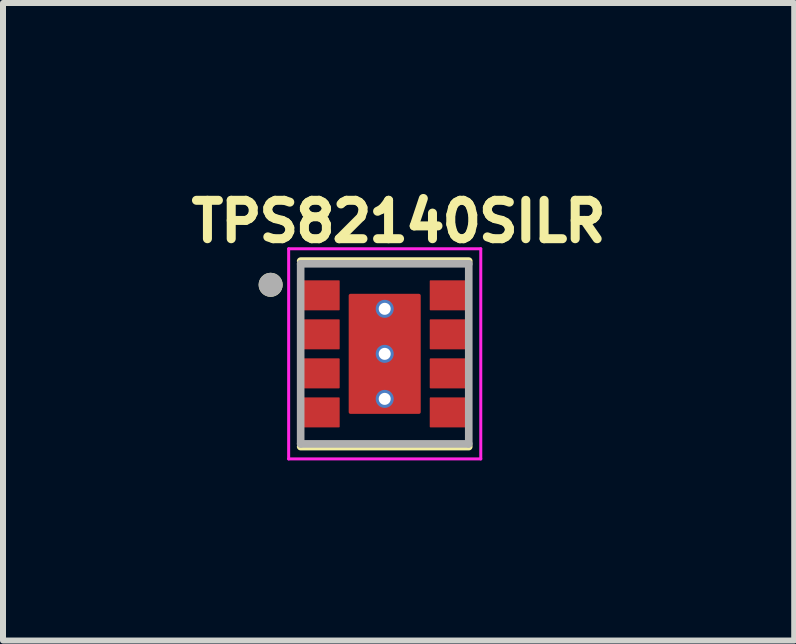
<source format=kicad_pcb>
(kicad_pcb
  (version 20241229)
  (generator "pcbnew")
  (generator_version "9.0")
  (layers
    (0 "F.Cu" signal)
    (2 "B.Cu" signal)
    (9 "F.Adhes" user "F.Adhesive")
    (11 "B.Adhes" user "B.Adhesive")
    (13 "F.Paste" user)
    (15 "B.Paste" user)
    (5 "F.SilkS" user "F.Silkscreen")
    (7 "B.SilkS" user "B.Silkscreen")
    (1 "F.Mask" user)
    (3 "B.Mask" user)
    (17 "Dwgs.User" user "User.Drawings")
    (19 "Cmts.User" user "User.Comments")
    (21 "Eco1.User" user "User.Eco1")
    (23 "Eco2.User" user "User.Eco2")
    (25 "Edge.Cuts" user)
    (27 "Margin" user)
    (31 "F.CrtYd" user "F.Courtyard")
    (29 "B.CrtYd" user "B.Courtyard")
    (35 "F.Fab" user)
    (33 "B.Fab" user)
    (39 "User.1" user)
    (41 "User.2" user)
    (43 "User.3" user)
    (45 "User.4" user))
  (footprint "TPS82140SILR"
    (layer "F.Cu")
    (at 3.358 2.844)
    (property "Reference" "TPS82140SILR" (at 0.232 -2.206 0) (layer "F.SilkS") (effects (font (size 0.64 0.64) (thickness 0.15))))
    (attr smd)
    (fp_poly (pts (xy -0.55 -0.95) (xy 0.55 -0.95) (xy 0.55 0.95) (xy -0.55 0.95)) (stroke (width 0.01) (type solid)) (fill yes) (layer "F.Mask"))
    (fp_poly (pts (xy -0.85 -0.775) (xy -1.25 -0.775) (xy -1.253 -0.775) (xy -1.255 -0.775) (xy -1.258 -0.776) (xy -1.26 -0.776) (xy -1.263 -0.777) (xy -1.265 -0.777) (xy -1.268 -0.778) (xy -1.27 -0.779) (xy -1.273 -0.78) (xy -1.275 -0.782) (xy -1.277 -0.783) (xy -1.279 -0.785) (xy -1.281 -0.786) (xy -1.283 -0.788) (xy -1.285 -0.79) (xy -1.287 -0.792) (xy -1.289 -0.794) (xy -1.29 -0.796) (xy -1.292 -0.798) (xy -1.293 -0.8) (xy -1.295 -0.802) (xy -1.296 -0.805) (xy -1.297 -0.807) (xy -1.298 -0.81) (xy -1.298 -0.812) (xy -1.299 -0.815) (xy -1.299 -0.817) (xy -1.3 -0.82) (xy -1.3 -0.822) (xy -1.3 -0.825) (xy -1.3 -1.125) (xy -1.3 -1.128) (xy -1.3 -1.13) (xy -1.299 -1.133) (xy -1.299 -1.135) (xy -1.298 -1.138) (xy -1.298 -1.14) (xy -1.297 -1.143) (xy -1.296 -1.145) (xy -1.295 -1.148) (xy -1.293 -1.15) (xy -1.292 -1.152) (xy -1.29 -1.154) (xy -1.289 -1.156) (xy -1.287 -1.158) (xy -1.285 -1.16) (xy -1.283 -1.162) (xy -1.281 -1.164) (xy -1.279 -1.165) (xy -1.277 -1.167) (xy -1.275 -1.168) (xy -1.273 -1.17) (xy -1.27 -1.171) (xy -1.268 -1.172) (xy -1.265 -1.173) (xy -1.263 -1.173) (xy -1.26 -1.174) (xy -1.258 -1.174) (xy -1.255 -1.175) (xy -1.253 -1.175) (xy -1.25 -1.175) (xy -0.85 -1.175) (xy -0.847 -1.175) (xy -0.845 -1.175) (xy -0.842 -1.174) (xy -0.84 -1.174) (xy -0.837 -1.173) (xy -0.835 -1.173) (xy -0.832 -1.172) (xy -0.83 -1.171) (xy -0.827 -1.17) (xy -0.825 -1.168) (xy -0.823 -1.167) (xy -0.821 -1.165) (xy -0.819 -1.164) (xy -0.817 -1.162) (xy -0.815 -1.16) (xy -0.813 -1.158) (xy -0.811 -1.156) (xy -0.81 -1.154) (xy -0.808 -1.152) (xy -0.807 -1.15) (xy -0.805 -1.148) (xy -0.804 -1.145) (xy -0.803 -1.143) (xy -0.802 -1.14) (xy -0.802 -1.138) (xy -0.801 -1.135) (xy -0.801 -1.133) (xy -0.8 -1.13) (xy -0.8 -1.128) (xy -0.8 -1.125) (xy -0.8 -0.825) (xy -0.8 -0.822) (xy -0.8 -0.82) (xy -0.801 -0.817) (xy -0.801 -0.815) (xy -0.802 -0.812) (xy -0.802 -0.81) (xy -0.803 -0.807) (xy -0.804 -0.805) (xy -0.805 -0.802) (xy -0.807 -0.8) (xy -0.808 -0.798) (xy -0.81 -0.796) (xy -0.811 -0.794) (xy -0.813 -0.792) (xy -0.815 -0.79) (xy -0.817 -0.788) (xy -0.819 -0.786) (xy -0.821 -0.785) (xy -0.823 -0.783) (xy -0.825 -0.782) (xy -0.827 -0.78) (xy -0.83 -0.779) (xy -0.832 -0.778) (xy -0.835 -0.777) (xy -0.837 -0.777) (xy -0.84 -0.776) (xy -0.842 -0.776) (xy -0.845 -0.775) (xy -0.847 -0.775) (xy -0.85 -0.775)) (stroke (width 0.01) (type solid)) (fill yes) (layer "F.Mask"))
    (fp_poly (pts (xy -0.85 -0.125) (xy -1.25 -0.125) (xy -1.253 -0.125) (xy -1.255 -0.125) (xy -1.258 -0.126) (xy -1.26 -0.126) (xy -1.263 -0.127) (xy -1.265 -0.127) (xy -1.268 -0.128) (xy -1.27 -0.129) (xy -1.273 -0.13) (xy -1.275 -0.132) (xy -1.277 -0.133) (xy -1.279 -0.135) (xy -1.281 -0.136) (xy -1.283 -0.138) (xy -1.285 -0.14) (xy -1.287 -0.142) (xy -1.289 -0.144) (xy -1.29 -0.146) (xy -1.292 -0.148) (xy -1.293 -0.15) (xy -1.295 -0.152) (xy -1.296 -0.155) (xy -1.297 -0.157) (xy -1.298 -0.16) (xy -1.298 -0.162) (xy -1.299 -0.165) (xy -1.299 -0.167) (xy -1.3 -0.17) (xy -1.3 -0.172) (xy -1.3 -0.175) (xy -1.3 -0.475) (xy -1.3 -0.478) (xy -1.3 -0.48) (xy -1.299 -0.483) (xy -1.299 -0.485) (xy -1.298 -0.488) (xy -1.298 -0.49) (xy -1.297 -0.493) (xy -1.296 -0.495) (xy -1.295 -0.498) (xy -1.293 -0.5) (xy -1.292 -0.502) (xy -1.29 -0.504) (xy -1.289 -0.506) (xy -1.287 -0.508) (xy -1.285 -0.51) (xy -1.283 -0.512) (xy -1.281 -0.514) (xy -1.279 -0.515) (xy -1.277 -0.517) (xy -1.275 -0.518) (xy -1.273 -0.52) (xy -1.27 -0.521) (xy -1.268 -0.522) (xy -1.265 -0.523) (xy -1.263 -0.523) (xy -1.26 -0.524) (xy -1.258 -0.524) (xy -1.255 -0.525) (xy -1.253 -0.525) (xy -1.25 -0.525) (xy -0.85 -0.525) (xy -0.847 -0.525) (xy -0.845 -0.525) (xy -0.842 -0.524) (xy -0.84 -0.524) (xy -0.837 -0.523) (xy -0.835 -0.523) (xy -0.832 -0.522) (xy -0.83 -0.521) (xy -0.827 -0.52) (xy -0.825 -0.518) (xy -0.823 -0.517) (xy -0.821 -0.515) (xy -0.819 -0.514) (xy -0.817 -0.512) (xy -0.815 -0.51) (xy -0.813 -0.508) (xy -0.811 -0.506) (xy -0.81 -0.504) (xy -0.808 -0.502) (xy -0.807 -0.5) (xy -0.805 -0.498) (xy -0.804 -0.495) (xy -0.803 -0.493) (xy -0.802 -0.49) (xy -0.802 -0.488) (xy -0.801 -0.485) (xy -0.801 -0.483) (xy -0.8 -0.48) (xy -0.8 -0.478) (xy -0.8 -0.475) (xy -0.8 -0.175) (xy -0.8 -0.172) (xy -0.8 -0.17) (xy -0.801 -0.167) (xy -0.801 -0.165) (xy -0.802 -0.162) (xy -0.802 -0.16) (xy -0.803 -0.157) (xy -0.804 -0.155) (xy -0.805 -0.152) (xy -0.807 -0.15) (xy -0.808 -0.148) (xy -0.81 -0.146) (xy -0.811 -0.144) (xy -0.813 -0.142) (xy -0.815 -0.14) (xy -0.817 -0.138) (xy -0.819 -0.136) (xy -0.821 -0.135) (xy -0.823 -0.133) (xy -0.825 -0.132) (xy -0.827 -0.13) (xy -0.83 -0.129) (xy -0.832 -0.128) (xy -0.835 -0.127) (xy -0.837 -0.127) (xy -0.84 -0.126) (xy -0.842 -0.126) (xy -0.845 -0.125) (xy -0.847 -0.125) (xy -0.85 -0.125)) (stroke (width 0.01) (type solid)) (fill yes) (layer "F.Mask"))
    (fp_poly (pts (xy -0.85 0.525) (xy -1.25 0.525) (xy -1.253 0.525) (xy -1.255 0.525) (xy -1.258 0.524) (xy -1.26 0.524) (xy -1.263 0.523) (xy -1.265 0.523) (xy -1.268 0.522) (xy -1.27 0.521) (xy -1.273 0.52) (xy -1.275 0.518) (xy -1.277 0.517) (xy -1.279 0.515) (xy -1.281 0.514) (xy -1.283 0.512) (xy -1.285 0.51) (xy -1.287 0.508) (xy -1.289 0.506) (xy -1.29 0.504) (xy -1.292 0.502) (xy -1.293 0.5) (xy -1.295 0.498) (xy -1.296 0.495) (xy -1.297 0.493) (xy -1.298 0.49) (xy -1.298 0.488) (xy -1.299 0.485) (xy -1.299 0.483) (xy -1.3 0.48) (xy -1.3 0.478) (xy -1.3 0.475) (xy -1.3 0.175) (xy -1.3 0.172) (xy -1.3 0.17) (xy -1.299 0.167) (xy -1.299 0.165) (xy -1.298 0.162) (xy -1.298 0.16) (xy -1.297 0.157) (xy -1.296 0.155) (xy -1.295 0.152) (xy -1.293 0.15) (xy -1.292 0.148) (xy -1.29 0.146) (xy -1.289 0.144) (xy -1.287 0.142) (xy -1.285 0.14) (xy -1.283 0.138) (xy -1.281 0.136) (xy -1.279 0.135) (xy -1.277 0.133) (xy -1.275 0.132) (xy -1.273 0.13) (xy -1.27 0.129) (xy -1.268 0.128) (xy -1.265 0.127) (xy -1.263 0.127) (xy -1.26 0.126) (xy -1.258 0.126) (xy -1.255 0.125) (xy -1.253 0.125) (xy -1.25 0.125) (xy -0.85 0.125) (xy -0.847 0.125) (xy -0.845 0.125) (xy -0.842 0.126) (xy -0.84 0.126) (xy -0.837 0.127) (xy -0.835 0.127) (xy -0.832 0.128) (xy -0.83 0.129) (xy -0.827 0.13) (xy -0.825 0.132) (xy -0.823 0.133) (xy -0.821 0.135) (xy -0.819 0.136) (xy -0.817 0.138) (xy -0.815 0.14) (xy -0.813 0.142) (xy -0.811 0.144) (xy -0.81 0.146) (xy -0.808 0.148) (xy -0.807 0.15) (xy -0.805 0.152) (xy -0.804 0.155) (xy -0.803 0.157) (xy -0.802 0.16) (xy -0.802 0.162) (xy -0.801 0.165) (xy -0.801 0.167) (xy -0.8 0.17) (xy -0.8 0.172) (xy -0.8 0.175) (xy -0.8 0.475) (xy -0.8 0.478) (xy -0.8 0.48) (xy -0.801 0.483) (xy -0.801 0.485) (xy -0.802 0.488) (xy -0.802 0.49) (xy -0.803 0.493) (xy -0.804 0.495) (xy -0.805 0.498) (xy -0.807 0.5) (xy -0.808 0.502) (xy -0.81 0.504) (xy -0.811 0.506) (xy -0.813 0.508) (xy -0.815 0.51) (xy -0.817 0.512) (xy -0.819 0.514) (xy -0.821 0.515) (xy -0.823 0.517) (xy -0.825 0.518) (xy -0.827 0.52) (xy -0.83 0.521) (xy -0.832 0.522) (xy -0.835 0.523) (xy -0.837 0.523) (xy -0.84 0.524) (xy -0.842 0.524) (xy -0.845 0.525) (xy -0.847 0.525) (xy -0.85 0.525)) (stroke (width 0.01) (type solid)) (fill yes) (layer "F.Mask"))
    (fp_poly (pts (xy -0.85 1.175) (xy -1.25 1.175) (xy -1.253 1.175) (xy -1.255 1.175) (xy -1.258 1.174) (xy -1.26 1.174) (xy -1.263 1.173) (xy -1.265 1.173) (xy -1.268 1.172) (xy -1.27 1.171) (xy -1.273 1.17) (xy -1.275 1.168) (xy -1.277 1.167) (xy -1.279 1.165) (xy -1.281 1.164) (xy -1.283 1.162) (xy -1.285 1.16) (xy -1.287 1.158) (xy -1.289 1.156) (xy -1.29 1.154) (xy -1.292 1.152) (xy -1.293 1.15) (xy -1.295 1.148) (xy -1.296 1.145) (xy -1.297 1.143) (xy -1.298 1.14) (xy -1.298 1.138) (xy -1.299 1.135) (xy -1.299 1.133) (xy -1.3 1.13) (xy -1.3 1.128) (xy -1.3 1.125) (xy -1.3 0.825) (xy -1.3 0.822) (xy -1.3 0.82) (xy -1.299 0.817) (xy -1.299 0.815) (xy -1.298 0.812) (xy -1.298 0.81) (xy -1.297 0.807) (xy -1.296 0.805) (xy -1.295 0.802) (xy -1.293 0.8) (xy -1.292 0.798) (xy -1.29 0.796) (xy -1.289 0.794) (xy -1.287 0.792) (xy -1.285 0.79) (xy -1.283 0.788) (xy -1.281 0.786) (xy -1.279 0.785) (xy -1.277 0.783) (xy -1.275 0.782) (xy -1.273 0.78) (xy -1.27 0.779) (xy -1.268 0.778) (xy -1.265 0.777) (xy -1.263 0.777) (xy -1.26 0.776) (xy -1.258 0.776) (xy -1.255 0.775) (xy -1.253 0.775) (xy -1.25 0.775) (xy -0.85 0.775) (xy -0.847 0.775) (xy -0.845 0.775) (xy -0.842 0.776) (xy -0.84 0.776) (xy -0.837 0.777) (xy -0.835 0.777) (xy -0.832 0.778) (xy -0.83 0.779) (xy -0.827 0.78) (xy -0.825 0.782) (xy -0.823 0.783) (xy -0.821 0.785) (xy -0.819 0.786) (xy -0.817 0.788) (xy -0.815 0.79) (xy -0.813 0.792) (xy -0.811 0.794) (xy -0.81 0.796) (xy -0.808 0.798) (xy -0.807 0.8) (xy -0.805 0.802) (xy -0.804 0.805) (xy -0.803 0.807) (xy -0.802 0.81) (xy -0.802 0.812) (xy -0.801 0.815) (xy -0.801 0.817) (xy -0.8 0.82) (xy -0.8 0.822) (xy -0.8 0.825) (xy -0.8 1.125) (xy -0.8 1.128) (xy -0.8 1.13) (xy -0.801 1.133) (xy -0.801 1.135) (xy -0.802 1.138) (xy -0.802 1.14) (xy -0.803 1.143) (xy -0.804 1.145) (xy -0.805 1.148) (xy -0.807 1.15) (xy -0.808 1.152) (xy -0.81 1.154) (xy -0.811 1.156) (xy -0.813 1.158) (xy -0.815 1.16) (xy -0.817 1.162) (xy -0.819 1.164) (xy -0.821 1.165) (xy -0.823 1.167) (xy -0.825 1.168) (xy -0.827 1.17) (xy -0.83 1.171) (xy -0.832 1.172) (xy -0.835 1.173) (xy -0.837 1.173) (xy -0.84 1.174) (xy -0.842 1.174) (xy -0.845 1.175) (xy -0.847 1.175) (xy -0.85 1.175)) (stroke (width 0.01) (type solid)) (fill yes) (layer "F.Mask"))
    (fp_poly (pts (xy 1.25 -0.775) (xy 0.85 -0.775) (xy 0.847 -0.775) (xy 0.845 -0.775) (xy 0.842 -0.776) (xy 0.84 -0.776) (xy 0.837 -0.777) (xy 0.835 -0.777) (xy 0.832 -0.778) (xy 0.83 -0.779) (xy 0.827 -0.78) (xy 0.825 -0.782) (xy 0.823 -0.783) (xy 0.821 -0.785) (xy 0.819 -0.786) (xy 0.817 -0.788) (xy 0.815 -0.79) (xy 0.813 -0.792) (xy 0.811 -0.794) (xy 0.81 -0.796) (xy 0.808 -0.798) (xy 0.807 -0.8) (xy 0.805 -0.802) (xy 0.804 -0.805) (xy 0.803 -0.807) (xy 0.802 -0.81) (xy 0.802 -0.812) (xy 0.801 -0.815) (xy 0.801 -0.817) (xy 0.8 -0.82) (xy 0.8 -0.822) (xy 0.8 -0.825) (xy 0.8 -1.125) (xy 0.8 -1.128) (xy 0.8 -1.13) (xy 0.801 -1.133) (xy 0.801 -1.135) (xy 0.802 -1.138) (xy 0.802 -1.14) (xy 0.803 -1.143) (xy 0.804 -1.145) (xy 0.805 -1.148) (xy 0.807 -1.15) (xy 0.808 -1.152) (xy 0.81 -1.154) (xy 0.811 -1.156) (xy 0.813 -1.158) (xy 0.815 -1.16) (xy 0.817 -1.162) (xy 0.819 -1.164) (xy 0.821 -1.165) (xy 0.823 -1.167) (xy 0.825 -1.168) (xy 0.827 -1.17) (xy 0.83 -1.171) (xy 0.832 -1.172) (xy 0.835 -1.173) (xy 0.837 -1.173) (xy 0.84 -1.174) (xy 0.842 -1.174) (xy 0.845 -1.175) (xy 0.847 -1.175) (xy 0.85 -1.175) (xy 1.25 -1.175) (xy 1.253 -1.175) (xy 1.255 -1.175) (xy 1.258 -1.174) (xy 1.26 -1.174) (xy 1.263 -1.173) (xy 1.265 -1.173) (xy 1.268 -1.172) (xy 1.27 -1.171) (xy 1.273 -1.17) (xy 1.275 -1.168) (xy 1.277 -1.167) (xy 1.279 -1.165) (xy 1.281 -1.164) (xy 1.283 -1.162) (xy 1.285 -1.16) (xy 1.287 -1.158) (xy 1.289 -1.156) (xy 1.29 -1.154) (xy 1.292 -1.152) (xy 1.293 -1.15) (xy 1.295 -1.148) (xy 1.296 -1.145) (xy 1.297 -1.143) (xy 1.298 -1.14) (xy 1.298 -1.138) (xy 1.299 -1.135) (xy 1.299 -1.133) (xy 1.3 -1.13) (xy 1.3 -1.128) (xy 1.3 -1.125) (xy 1.3 -0.825) (xy 1.3 -0.822) (xy 1.3 -0.82) (xy 1.299 -0.817) (xy 1.299 -0.815) (xy 1.298 -0.812) (xy 1.298 -0.81) (xy 1.297 -0.807) (xy 1.296 -0.805) (xy 1.295 -0.802) (xy 1.293 -0.8) (xy 1.292 -0.798) (xy 1.29 -0.796) (xy 1.289 -0.794) (xy 1.287 -0.792) (xy 1.285 -0.79) (xy 1.283 -0.788) (xy 1.281 -0.786) (xy 1.279 -0.785) (xy 1.277 -0.783) (xy 1.275 -0.782) (xy 1.273 -0.78) (xy 1.27 -0.779) (xy 1.268 -0.778) (xy 1.265 -0.777) (xy 1.263 -0.777) (xy 1.26 -0.776) (xy 1.258 -0.776) (xy 1.255 -0.775) (xy 1.253 -0.775) (xy 1.25 -0.775)) (stroke (width 0.01) (type solid)) (fill yes) (layer "F.Mask"))
    (fp_poly (pts (xy 1.25 -0.125) (xy 0.85 -0.125) (xy 0.847 -0.125) (xy 0.845 -0.125) (xy 0.842 -0.126) (xy 0.84 -0.126) (xy 0.837 -0.127) (xy 0.835 -0.127) (xy 0.832 -0.128) (xy 0.83 -0.129) (xy 0.827 -0.13) (xy 0.825 -0.132) (xy 0.823 -0.133) (xy 0.821 -0.135) (xy 0.819 -0.136) (xy 0.817 -0.138) (xy 0.815 -0.14) (xy 0.813 -0.142) (xy 0.811 -0.144) (xy 0.81 -0.146) (xy 0.808 -0.148) (xy 0.807 -0.15) (xy 0.805 -0.152) (xy 0.804 -0.155) (xy 0.803 -0.157) (xy 0.802 -0.16) (xy 0.802 -0.162) (xy 0.801 -0.165) (xy 0.801 -0.167) (xy 0.8 -0.17) (xy 0.8 -0.172) (xy 0.8 -0.175) (xy 0.8 -0.475) (xy 0.8 -0.478) (xy 0.8 -0.48) (xy 0.801 -0.483) (xy 0.801 -0.485) (xy 0.802 -0.488) (xy 0.802 -0.49) (xy 0.803 -0.493) (xy 0.804 -0.495) (xy 0.805 -0.498) (xy 0.807 -0.5) (xy 0.808 -0.502) (xy 0.81 -0.504) (xy 0.811 -0.506) (xy 0.813 -0.508) (xy 0.815 -0.51) (xy 0.817 -0.512) (xy 0.819 -0.514) (xy 0.821 -0.515) (xy 0.823 -0.517) (xy 0.825 -0.518) (xy 0.827 -0.52) (xy 0.83 -0.521) (xy 0.832 -0.522) (xy 0.835 -0.523) (xy 0.837 -0.523) (xy 0.84 -0.524) (xy 0.842 -0.524) (xy 0.845 -0.525) (xy 0.847 -0.525) (xy 0.85 -0.525) (xy 1.25 -0.525) (xy 1.253 -0.525) (xy 1.255 -0.525) (xy 1.258 -0.524) (xy 1.26 -0.524) (xy 1.263 -0.523) (xy 1.265 -0.523) (xy 1.268 -0.522) (xy 1.27 -0.521) (xy 1.273 -0.52) (xy 1.275 -0.518) (xy 1.277 -0.517) (xy 1.279 -0.515) (xy 1.281 -0.514) (xy 1.283 -0.512) (xy 1.285 -0.51) (xy 1.287 -0.508) (xy 1.289 -0.506) (xy 1.29 -0.504) (xy 1.292 -0.502) (xy 1.293 -0.5) (xy 1.295 -0.498) (xy 1.296 -0.495) (xy 1.297 -0.493) (xy 1.298 -0.49) (xy 1.298 -0.488) (xy 1.299 -0.485) (xy 1.299 -0.483) (xy 1.3 -0.48) (xy 1.3 -0.478) (xy 1.3 -0.475) (xy 1.3 -0.175) (xy 1.3 -0.172) (xy 1.3 -0.17) (xy 1.299 -0.167) (xy 1.299 -0.165) (xy 1.298 -0.162) (xy 1.298 -0.16) (xy 1.297 -0.157) (xy 1.296 -0.155) (xy 1.295 -0.152) (xy 1.293 -0.15) (xy 1.292 -0.148) (xy 1.29 -0.146) (xy 1.289 -0.144) (xy 1.287 -0.142) (xy 1.285 -0.14) (xy 1.283 -0.138) (xy 1.281 -0.136) (xy 1.279 -0.135) (xy 1.277 -0.133) (xy 1.275 -0.132) (xy 1.273 -0.13) (xy 1.27 -0.129) (xy 1.268 -0.128) (xy 1.265 -0.127) (xy 1.263 -0.127) (xy 1.26 -0.126) (xy 1.258 -0.126) (xy 1.255 -0.125) (xy 1.253 -0.125) (xy 1.25 -0.125)) (stroke (width 0.01) (type solid)) (fill yes) (layer "F.Mask"))
    (fp_poly (pts (xy 1.25 0.525) (xy 0.85 0.525) (xy 0.847 0.525) (xy 0.845 0.525) (xy 0.842 0.524) (xy 0.84 0.524) (xy 0.837 0.523) (xy 0.835 0.523) (xy 0.832 0.522) (xy 0.83 0.521) (xy 0.827 0.52) (xy 0.825 0.518) (xy 0.823 0.517) (xy 0.821 0.515) (xy 0.819 0.514) (xy 0.817 0.512) (xy 0.815 0.51) (xy 0.813 0.508) (xy 0.811 0.506) (xy 0.81 0.504) (xy 0.808 0.502) (xy 0.807 0.5) (xy 0.805 0.498) (xy 0.804 0.495) (xy 0.803 0.493) (xy 0.802 0.49) (xy 0.802 0.488) (xy 0.801 0.485) (xy 0.801 0.483) (xy 0.8 0.48) (xy 0.8 0.478) (xy 0.8 0.475) (xy 0.8 0.175) (xy 0.8 0.172) (xy 0.8 0.17) (xy 0.801 0.167) (xy 0.801 0.165) (xy 0.802 0.162) (xy 0.802 0.16) (xy 0.803 0.157) (xy 0.804 0.155) (xy 0.805 0.152) (xy 0.807 0.15) (xy 0.808 0.148) (xy 0.81 0.146) (xy 0.811 0.144) (xy 0.813 0.142) (xy 0.815 0.14) (xy 0.817 0.138) (xy 0.819 0.136) (xy 0.821 0.135) (xy 0.823 0.133) (xy 0.825 0.132) (xy 0.827 0.13) (xy 0.83 0.129) (xy 0.832 0.128) (xy 0.835 0.127) (xy 0.837 0.127) (xy 0.84 0.126) (xy 0.842 0.126) (xy 0.845 0.125) (xy 0.847 0.125) (xy 0.85 0.125) (xy 1.25 0.125) (xy 1.253 0.125) (xy 1.255 0.125) (xy 1.258 0.126) (xy 1.26 0.126) (xy 1.263 0.127) (xy 1.265 0.127) (xy 1.268 0.128) (xy 1.27 0.129) (xy 1.273 0.13) (xy 1.275 0.132) (xy 1.277 0.133) (xy 1.279 0.135) (xy 1.281 0.136) (xy 1.283 0.138) (xy 1.285 0.14) (xy 1.287 0.142) (xy 1.289 0.144) (xy 1.29 0.146) (xy 1.292 0.148) (xy 1.293 0.15) (xy 1.295 0.152) (xy 1.296 0.155) (xy 1.297 0.157) (xy 1.298 0.16) (xy 1.298 0.162) (xy 1.299 0.165) (xy 1.299 0.167) (xy 1.3 0.17) (xy 1.3 0.172) (xy 1.3 0.175) (xy 1.3 0.475) (xy 1.3 0.478) (xy 1.3 0.48) (xy 1.299 0.483) (xy 1.299 0.485) (xy 1.298 0.488) (xy 1.298 0.49) (xy 1.297 0.493) (xy 1.296 0.495) (xy 1.295 0.498) (xy 1.293 0.5) (xy 1.292 0.502) (xy 1.29 0.504) (xy 1.289 0.506) (xy 1.287 0.508) (xy 1.285 0.51) (xy 1.283 0.512) (xy 1.281 0.514) (xy 1.279 0.515) (xy 1.277 0.517) (xy 1.275 0.518) (xy 1.273 0.52) (xy 1.27 0.521) (xy 1.268 0.522) (xy 1.265 0.523) (xy 1.263 0.523) (xy 1.26 0.524) (xy 1.258 0.524) (xy 1.255 0.525) (xy 1.253 0.525) (xy 1.25 0.525)) (stroke (width 0.01) (type solid)) (fill yes) (layer "F.Mask"))
    (fp_poly (pts (xy 1.25 1.175) (xy 0.85 1.175) (xy 0.847 1.175) (xy 0.845 1.175) (xy 0.842 1.174) (xy 0.84 1.174) (xy 0.837 1.173) (xy 0.835 1.173) (xy 0.832 1.172) (xy 0.83 1.171) (xy 0.827 1.17) (xy 0.825 1.168) (xy 0.823 1.167) (xy 0.821 1.165) (xy 0.819 1.164) (xy 0.817 1.162) (xy 0.815 1.16) (xy 0.813 1.158) (xy 0.811 1.156) (xy 0.81 1.154) (xy 0.808 1.152) (xy 0.807 1.15) (xy 0.805 1.148) (xy 0.804 1.145) (xy 0.803 1.143) (xy 0.802 1.14) (xy 0.802 1.138) (xy 0.801 1.135) (xy 0.801 1.133) (xy 0.8 1.13) (xy 0.8 1.128) (xy 0.8 1.125) (xy 0.8 0.825) (xy 0.8 0.822) (xy 0.8 0.82) (xy 0.801 0.817) (xy 0.801 0.815) (xy 0.802 0.812) (xy 0.802 0.81) (xy 0.803 0.807) (xy 0.804 0.805) (xy 0.805 0.802) (xy 0.807 0.8) (xy 0.808 0.798) (xy 0.81 0.796) (xy 0.811 0.794) (xy 0.813 0.792) (xy 0.815 0.79) (xy 0.817 0.788) (xy 0.819 0.786) (xy 0.821 0.785) (xy 0.823 0.783) (xy 0.825 0.782) (xy 0.827 0.78) (xy 0.83 0.779) (xy 0.832 0.778) (xy 0.835 0.777) (xy 0.837 0.777) (xy 0.84 0.776) (xy 0.842 0.776) (xy 0.845 0.775) (xy 0.847 0.775) (xy 0.85 0.775) (xy 1.25 0.775) (xy 1.253 0.775) (xy 1.255 0.775) (xy 1.258 0.776) (xy 1.26 0.776) (xy 1.263 0.777) (xy 1.265 0.777) (xy 1.268 0.778) (xy 1.27 0.779) (xy 1.273 0.78) (xy 1.275 0.782) (xy 1.277 0.783) (xy 1.279 0.785) (xy 1.281 0.786) (xy 1.283 0.788) (xy 1.285 0.79) (xy 1.287 0.792) (xy 1.289 0.794) (xy 1.29 0.796) (xy 1.292 0.798) (xy 1.293 0.8) (xy 1.295 0.802) (xy 1.296 0.805) (xy 1.297 0.807) (xy 1.298 0.81) (xy 1.298 0.812) (xy 1.299 0.815) (xy 1.299 0.817) (xy 1.3 0.82) (xy 1.3 0.822) (xy 1.3 0.825) (xy 1.3 1.125) (xy 1.3 1.128) (xy 1.3 1.13) (xy 1.299 1.133) (xy 1.299 1.135) (xy 1.298 1.138) (xy 1.298 1.14) (xy 1.297 1.143) (xy 1.296 1.145) (xy 1.295 1.148) (xy 1.293 1.15) (xy 1.292 1.152) (xy 1.29 1.154) (xy 1.289 1.156) (xy 1.287 1.158) (xy 1.285 1.16) (xy 1.283 1.162) (xy 1.281 1.164) (xy 1.279 1.165) (xy 1.277 1.167) (xy 1.275 1.168) (xy 1.273 1.17) (xy 1.27 1.171) (xy 1.268 1.172) (xy 1.265 1.173) (xy 1.263 1.173) (xy 1.26 1.174) (xy 1.258 1.174) (xy 1.255 1.175) (xy 1.253 1.175) (xy 1.25 1.175)) (stroke (width 0.01) (type solid)) (fill yes) (layer "F.Mask"))
    (fp_line (start -1.4 1.545) (end 1.4 1.545) (stroke (width 0.127) (type solid)) (layer "F.SilkS"))
    (fp_line (start 1.4 -1.545) (end -1.4 -1.545) (stroke (width 0.127) (type solid)) (layer "F.SilkS"))
    (fp_circle (center -1.9 -1.15) (end -1.8 -1.15) (stroke (width 0.2) (type solid)) (fill no) (layer "F.SilkS"))
    (fp_poly (pts (xy -0.52 -0.95) (xy 0.52 -0.95) (xy 0.52 -0.1) (xy -0.52 -0.1)) (stroke (width 0.01) (type solid)) (fill yes) (layer "F.Paste"))
    (fp_poly (pts (xy -0.52 0.1) (xy 0.52 0.1) (xy 0.52 0.95) (xy -0.52 0.95)) (stroke (width 0.01) (type solid)) (fill yes) (layer "F.Paste"))
    (fp_poly (pts (xy -0.85 -0.775) (xy -1.25 -0.775) (xy -1.253 -0.775) (xy -1.255 -0.775) (xy -1.258 -0.776) (xy -1.26 -0.776) (xy -1.263 -0.777) (xy -1.265 -0.777) (xy -1.268 -0.778) (xy -1.27 -0.779) (xy -1.273 -0.78) (xy -1.275 -0.782) (xy -1.277 -0.783) (xy -1.279 -0.785) (xy -1.281 -0.786) (xy -1.283 -0.788) (xy -1.285 -0.79) (xy -1.287 -0.792) (xy -1.289 -0.794) (xy -1.29 -0.796) (xy -1.292 -0.798) (xy -1.293 -0.8) (xy -1.295 -0.802) (xy -1.296 -0.805) (xy -1.297 -0.807) (xy -1.298 -0.81) (xy -1.298 -0.812) (xy -1.299 -0.815) (xy -1.299 -0.817) (xy -1.3 -0.82) (xy -1.3 -0.822) (xy -1.3 -0.825) (xy -1.3 -1.125) (xy -1.3 -1.128) (xy -1.3 -1.13) (xy -1.299 -1.133) (xy -1.299 -1.135) (xy -1.298 -1.138) (xy -1.298 -1.14) (xy -1.297 -1.143) (xy -1.296 -1.145) (xy -1.295 -1.148) (xy -1.293 -1.15) (xy -1.292 -1.152) (xy -1.29 -1.154) (xy -1.289 -1.156) (xy -1.287 -1.158) (xy -1.285 -1.16) (xy -1.283 -1.162) (xy -1.281 -1.164) (xy -1.279 -1.165) (xy -1.277 -1.167) (xy -1.275 -1.168) (xy -1.273 -1.17) (xy -1.27 -1.171) (xy -1.268 -1.172) (xy -1.265 -1.173) (xy -1.263 -1.173) (xy -1.26 -1.174) (xy -1.258 -1.174) (xy -1.255 -1.175) (xy -1.253 -1.175) (xy -1.25 -1.175) (xy -0.85 -1.175) (xy -0.847 -1.175) (xy -0.845 -1.175) (xy -0.842 -1.174) (xy -0.84 -1.174) (xy -0.837 -1.173) (xy -0.835 -1.173) (xy -0.832 -1.172) (xy -0.83 -1.171) (xy -0.827 -1.17) (xy -0.825 -1.168) (xy -0.823 -1.167) (xy -0.821 -1.165) (xy -0.819 -1.164) (xy -0.817 -1.162) (xy -0.815 -1.16) (xy -0.813 -1.158) (xy -0.811 -1.156) (xy -0.81 -1.154) (xy -0.808 -1.152) (xy -0.807 -1.15) (xy -0.805 -1.148) (xy -0.804 -1.145) (xy -0.803 -1.143) (xy -0.802 -1.14) (xy -0.802 -1.138) (xy -0.801 -1.135) (xy -0.801 -1.133) (xy -0.8 -1.13) (xy -0.8 -1.128) (xy -0.8 -1.125) (xy -0.8 -0.825) (xy -0.8 -0.822) (xy -0.8 -0.82) (xy -0.801 -0.817) (xy -0.801 -0.815) (xy -0.802 -0.812) (xy -0.802 -0.81) (xy -0.803 -0.807) (xy -0.804 -0.805) (xy -0.805 -0.802) (xy -0.807 -0.8) (xy -0.808 -0.798) (xy -0.81 -0.796) (xy -0.811 -0.794) (xy -0.813 -0.792) (xy -0.815 -0.79) (xy -0.817 -0.788) (xy -0.819 -0.786) (xy -0.821 -0.785) (xy -0.823 -0.783) (xy -0.825 -0.782) (xy -0.827 -0.78) (xy -0.83 -0.779) (xy -0.832 -0.778) (xy -0.835 -0.777) (xy -0.837 -0.777) (xy -0.84 -0.776) (xy -0.842 -0.776) (xy -0.845 -0.775) (xy -0.847 -0.775) (xy -0.85 -0.775)) (stroke (width 0.01) (type solid)) (fill yes) (layer "F.Paste"))
    (fp_poly (pts (xy -0.85 -0.125) (xy -1.25 -0.125) (xy -1.253 -0.125) (xy -1.255 -0.125) (xy -1.258 -0.126) (xy -1.26 -0.126) (xy -1.263 -0.127) (xy -1.265 -0.127) (xy -1.268 -0.128) (xy -1.27 -0.129) (xy -1.273 -0.13) (xy -1.275 -0.132) (xy -1.277 -0.133) (xy -1.279 -0.135) (xy -1.281 -0.136) (xy -1.283 -0.138) (xy -1.285 -0.14) (xy -1.287 -0.142) (xy -1.289 -0.144) (xy -1.29 -0.146) (xy -1.292 -0.148) (xy -1.293 -0.15) (xy -1.295 -0.152) (xy -1.296 -0.155) (xy -1.297 -0.157) (xy -1.298 -0.16) (xy -1.298 -0.162) (xy -1.299 -0.165) (xy -1.299 -0.167) (xy -1.3 -0.17) (xy -1.3 -0.172) (xy -1.3 -0.175) (xy -1.3 -0.475) (xy -1.3 -0.478) (xy -1.3 -0.48) (xy -1.299 -0.483) (xy -1.299 -0.485) (xy -1.298 -0.488) (xy -1.298 -0.49) (xy -1.297 -0.493) (xy -1.296 -0.495) (xy -1.295 -0.498) (xy -1.293 -0.5) (xy -1.292 -0.502) (xy -1.29 -0.504) (xy -1.289 -0.506) (xy -1.287 -0.508) (xy -1.285 -0.51) (xy -1.283 -0.512) (xy -1.281 -0.514) (xy -1.279 -0.515) (xy -1.277 -0.517) (xy -1.275 -0.518) (xy -1.273 -0.52) (xy -1.27 -0.521) (xy -1.268 -0.522) (xy -1.265 -0.523) (xy -1.263 -0.523) (xy -1.26 -0.524) (xy -1.258 -0.524) (xy -1.255 -0.525) (xy -1.253 -0.525) (xy -1.25 -0.525) (xy -0.85 -0.525) (xy -0.847 -0.525) (xy -0.845 -0.525) (xy -0.842 -0.524) (xy -0.84 -0.524) (xy -0.837 -0.523) (xy -0.835 -0.523) (xy -0.832 -0.522) (xy -0.83 -0.521) (xy -0.827 -0.52) (xy -0.825 -0.518) (xy -0.823 -0.517) (xy -0.821 -0.515) (xy -0.819 -0.514) (xy -0.817 -0.512) (xy -0.815 -0.51) (xy -0.813 -0.508) (xy -0.811 -0.506) (xy -0.81 -0.504) (xy -0.808 -0.502) (xy -0.807 -0.5) (xy -0.805 -0.498) (xy -0.804 -0.495) (xy -0.803 -0.493) (xy -0.802 -0.49) (xy -0.802 -0.488) (xy -0.801 -0.485) (xy -0.801 -0.483) (xy -0.8 -0.48) (xy -0.8 -0.478) (xy -0.8 -0.475) (xy -0.8 -0.175) (xy -0.8 -0.172) (xy -0.8 -0.17) (xy -0.801 -0.167) (xy -0.801 -0.165) (xy -0.802 -0.162) (xy -0.802 -0.16) (xy -0.803 -0.157) (xy -0.804 -0.155) (xy -0.805 -0.152) (xy -0.807 -0.15) (xy -0.808 -0.148) (xy -0.81 -0.146) (xy -0.811 -0.144) (xy -0.813 -0.142) (xy -0.815 -0.14) (xy -0.817 -0.138) (xy -0.819 -0.136) (xy -0.821 -0.135) (xy -0.823 -0.133) (xy -0.825 -0.132) (xy -0.827 -0.13) (xy -0.83 -0.129) (xy -0.832 -0.128) (xy -0.835 -0.127) (xy -0.837 -0.127) (xy -0.84 -0.126) (xy -0.842 -0.126) (xy -0.845 -0.125) (xy -0.847 -0.125) (xy -0.85 -0.125)) (stroke (width 0.01) (type solid)) (fill yes) (layer "F.Paste"))
    (fp_poly (pts (xy -0.85 0.525) (xy -1.25 0.525) (xy -1.253 0.525) (xy -1.255 0.525) (xy -1.258 0.524) (xy -1.26 0.524) (xy -1.263 0.523) (xy -1.265 0.523) (xy -1.268 0.522) (xy -1.27 0.521) (xy -1.273 0.52) (xy -1.275 0.518) (xy -1.277 0.517) (xy -1.279 0.515) (xy -1.281 0.514) (xy -1.283 0.512) (xy -1.285 0.51) (xy -1.287 0.508) (xy -1.289 0.506) (xy -1.29 0.504) (xy -1.292 0.502) (xy -1.293 0.5) (xy -1.295 0.498) (xy -1.296 0.495) (xy -1.297 0.493) (xy -1.298 0.49) (xy -1.298 0.488) (xy -1.299 0.485) (xy -1.299 0.483) (xy -1.3 0.48) (xy -1.3 0.478) (xy -1.3 0.475) (xy -1.3 0.175) (xy -1.3 0.172) (xy -1.3 0.17) (xy -1.299 0.167) (xy -1.299 0.165) (xy -1.298 0.162) (xy -1.298 0.16) (xy -1.297 0.157) (xy -1.296 0.155) (xy -1.295 0.152) (xy -1.293 0.15) (xy -1.292 0.148) (xy -1.29 0.146) (xy -1.289 0.144) (xy -1.287 0.142) (xy -1.285 0.14) (xy -1.283 0.138) (xy -1.281 0.136) (xy -1.279 0.135) (xy -1.277 0.133) (xy -1.275 0.132) (xy -1.273 0.13) (xy -1.27 0.129) (xy -1.268 0.128) (xy -1.265 0.127) (xy -1.263 0.127) (xy -1.26 0.126) (xy -1.258 0.126) (xy -1.255 0.125) (xy -1.253 0.125) (xy -1.25 0.125) (xy -0.85 0.125) (xy -0.847 0.125) (xy -0.845 0.125) (xy -0.842 0.126) (xy -0.84 0.126) (xy -0.837 0.127) (xy -0.835 0.127) (xy -0.832 0.128) (xy -0.83 0.129) (xy -0.827 0.13) (xy -0.825 0.132) (xy -0.823 0.133) (xy -0.821 0.135) (xy -0.819 0.136) (xy -0.817 0.138) (xy -0.815 0.14) (xy -0.813 0.142) (xy -0.811 0.144) (xy -0.81 0.146) (xy -0.808 0.148) (xy -0.807 0.15) (xy -0.805 0.152) (xy -0.804 0.155) (xy -0.803 0.157) (xy -0.802 0.16) (xy -0.802 0.162) (xy -0.801 0.165) (xy -0.801 0.167) (xy -0.8 0.17) (xy -0.8 0.172) (xy -0.8 0.175) (xy -0.8 0.475) (xy -0.8 0.478) (xy -0.8 0.48) (xy -0.801 0.483) (xy -0.801 0.485) (xy -0.802 0.488) (xy -0.802 0.49) (xy -0.803 0.493) (xy -0.804 0.495) (xy -0.805 0.498) (xy -0.807 0.5) (xy -0.808 0.502) (xy -0.81 0.504) (xy -0.811 0.506) (xy -0.813 0.508) (xy -0.815 0.51) (xy -0.817 0.512) (xy -0.819 0.514) (xy -0.821 0.515) (xy -0.823 0.517) (xy -0.825 0.518) (xy -0.827 0.52) (xy -0.83 0.521) (xy -0.832 0.522) (xy -0.835 0.523) (xy -0.837 0.523) (xy -0.84 0.524) (xy -0.842 0.524) (xy -0.845 0.525) (xy -0.847 0.525) (xy -0.85 0.525)) (stroke (width 0.01) (type solid)) (fill yes) (layer "F.Paste"))
    (fp_poly (pts (xy -0.85 1.175) (xy -1.25 1.175) (xy -1.253 1.175) (xy -1.255 1.175) (xy -1.258 1.174) (xy -1.26 1.174) (xy -1.263 1.173) (xy -1.265 1.173) (xy -1.268 1.172) (xy -1.27 1.171) (xy -1.273 1.17) (xy -1.275 1.168) (xy -1.277 1.167) (xy -1.279 1.165) (xy -1.281 1.164) (xy -1.283 1.162) (xy -1.285 1.16) (xy -1.287 1.158) (xy -1.289 1.156) (xy -1.29 1.154) (xy -1.292 1.152) (xy -1.293 1.15) (xy -1.295 1.148) (xy -1.296 1.145) (xy -1.297 1.143) (xy -1.298 1.14) (xy -1.298 1.138) (xy -1.299 1.135) (xy -1.299 1.133) (xy -1.3 1.13) (xy -1.3 1.128) (xy -1.3 1.125) (xy -1.3 0.825) (xy -1.3 0.822) (xy -1.3 0.82) (xy -1.299 0.817) (xy -1.299 0.815) (xy -1.298 0.812) (xy -1.298 0.81) (xy -1.297 0.807) (xy -1.296 0.805) (xy -1.295 0.802) (xy -1.293 0.8) (xy -1.292 0.798) (xy -1.29 0.796) (xy -1.289 0.794) (xy -1.287 0.792) (xy -1.285 0.79) (xy -1.283 0.788) (xy -1.281 0.786) (xy -1.279 0.785) (xy -1.277 0.783) (xy -1.275 0.782) (xy -1.273 0.78) (xy -1.27 0.779) (xy -1.268 0.778) (xy -1.265 0.777) (xy -1.263 0.777) (xy -1.26 0.776) (xy -1.258 0.776) (xy -1.255 0.775) (xy -1.253 0.775) (xy -1.25 0.775) (xy -0.85 0.775) (xy -0.847 0.775) (xy -0.845 0.775) (xy -0.842 0.776) (xy -0.84 0.776) (xy -0.837 0.777) (xy -0.835 0.777) (xy -0.832 0.778) (xy -0.83 0.779) (xy -0.827 0.78) (xy -0.825 0.782) (xy -0.823 0.783) (xy -0.821 0.785) (xy -0.819 0.786) (xy -0.817 0.788) (xy -0.815 0.79) (xy -0.813 0.792) (xy -0.811 0.794) (xy -0.81 0.796) (xy -0.808 0.798) (xy -0.807 0.8) (xy -0.805 0.802) (xy -0.804 0.805) (xy -0.803 0.807) (xy -0.802 0.81) (xy -0.802 0.812) (xy -0.801 0.815) (xy -0.801 0.817) (xy -0.8 0.82) (xy -0.8 0.822) (xy -0.8 0.825) (xy -0.8 1.125) (xy -0.8 1.128) (xy -0.8 1.13) (xy -0.801 1.133) (xy -0.801 1.135) (xy -0.802 1.138) (xy -0.802 1.14) (xy -0.803 1.143) (xy -0.804 1.145) (xy -0.805 1.148) (xy -0.807 1.15) (xy -0.808 1.152) (xy -0.81 1.154) (xy -0.811 1.156) (xy -0.813 1.158) (xy -0.815 1.16) (xy -0.817 1.162) (xy -0.819 1.164) (xy -0.821 1.165) (xy -0.823 1.167) (xy -0.825 1.168) (xy -0.827 1.17) (xy -0.83 1.171) (xy -0.832 1.172) (xy -0.835 1.173) (xy -0.837 1.173) (xy -0.84 1.174) (xy -0.842 1.174) (xy -0.845 1.175) (xy -0.847 1.175) (xy -0.85 1.175)) (stroke (width 0.01) (type solid)) (fill yes) (layer "F.Paste"))
    (fp_poly (pts (xy 1.25 -0.775) (xy 0.85 -0.775) (xy 0.847 -0.775) (xy 0.845 -0.775) (xy 0.842 -0.776) (xy 0.84 -0.776) (xy 0.837 -0.777) (xy 0.835 -0.777) (xy 0.832 -0.778) (xy 0.83 -0.779) (xy 0.827 -0.78) (xy 0.825 -0.782) (xy 0.823 -0.783) (xy 0.821 -0.785) (xy 0.819 -0.786) (xy 0.817 -0.788) (xy 0.815 -0.79) (xy 0.813 -0.792) (xy 0.811 -0.794) (xy 0.81 -0.796) (xy 0.808 -0.798) (xy 0.807 -0.8) (xy 0.805 -0.802) (xy 0.804 -0.805) (xy 0.803 -0.807) (xy 0.802 -0.81) (xy 0.802 -0.812) (xy 0.801 -0.815) (xy 0.801 -0.817) (xy 0.8 -0.82) (xy 0.8 -0.822) (xy 0.8 -0.825) (xy 0.8 -1.125) (xy 0.8 -1.128) (xy 0.8 -1.13) (xy 0.801 -1.133) (xy 0.801 -1.135) (xy 0.802 -1.138) (xy 0.802 -1.14) (xy 0.803 -1.143) (xy 0.804 -1.145) (xy 0.805 -1.148) (xy 0.807 -1.15) (xy 0.808 -1.152) (xy 0.81 -1.154) (xy 0.811 -1.156) (xy 0.813 -1.158) (xy 0.815 -1.16) (xy 0.817 -1.162) (xy 0.819 -1.164) (xy 0.821 -1.165) (xy 0.823 -1.167) (xy 0.825 -1.168) (xy 0.827 -1.17) (xy 0.83 -1.171) (xy 0.832 -1.172) (xy 0.835 -1.173) (xy 0.837 -1.173) (xy 0.84 -1.174) (xy 0.842 -1.174) (xy 0.845 -1.175) (xy 0.847 -1.175) (xy 0.85 -1.175) (xy 1.25 -1.175) (xy 1.253 -1.175) (xy 1.255 -1.175) (xy 1.258 -1.174) (xy 1.26 -1.174) (xy 1.263 -1.173) (xy 1.265 -1.173) (xy 1.268 -1.172) (xy 1.27 -1.171) (xy 1.273 -1.17) (xy 1.275 -1.168) (xy 1.277 -1.167) (xy 1.279 -1.165) (xy 1.281 -1.164) (xy 1.283 -1.162) (xy 1.285 -1.16) (xy 1.287 -1.158) (xy 1.289 -1.156) (xy 1.29 -1.154) (xy 1.292 -1.152) (xy 1.293 -1.15) (xy 1.295 -1.148) (xy 1.296 -1.145) (xy 1.297 -1.143) (xy 1.298 -1.14) (xy 1.298 -1.138) (xy 1.299 -1.135) (xy 1.299 -1.133) (xy 1.3 -1.13) (xy 1.3 -1.128) (xy 1.3 -1.125) (xy 1.3 -0.825) (xy 1.3 -0.822) (xy 1.3 -0.82) (xy 1.299 -0.817) (xy 1.299 -0.815) (xy 1.298 -0.812) (xy 1.298 -0.81) (xy 1.297 -0.807) (xy 1.296 -0.805) (xy 1.295 -0.802) (xy 1.293 -0.8) (xy 1.292 -0.798) (xy 1.29 -0.796) (xy 1.289 -0.794) (xy 1.287 -0.792) (xy 1.285 -0.79) (xy 1.283 -0.788) (xy 1.281 -0.786) (xy 1.279 -0.785) (xy 1.277 -0.783) (xy 1.275 -0.782) (xy 1.273 -0.78) (xy 1.27 -0.779) (xy 1.268 -0.778) (xy 1.265 -0.777) (xy 1.263 -0.777) (xy 1.26 -0.776) (xy 1.258 -0.776) (xy 1.255 -0.775) (xy 1.253 -0.775) (xy 1.25 -0.775)) (stroke (width 0.01) (type solid)) (fill yes) (layer "F.Paste"))
    (fp_poly (pts (xy 1.25 -0.125) (xy 0.85 -0.125) (xy 0.847 -0.125) (xy 0.845 -0.125) (xy 0.842 -0.126) (xy 0.84 -0.126) (xy 0.837 -0.127) (xy 0.835 -0.127) (xy 0.832 -0.128) (xy 0.83 -0.129) (xy 0.827 -0.13) (xy 0.825 -0.132) (xy 0.823 -0.133) (xy 0.821 -0.135) (xy 0.819 -0.136) (xy 0.817 -0.138) (xy 0.815 -0.14) (xy 0.813 -0.142) (xy 0.811 -0.144) (xy 0.81 -0.146) (xy 0.808 -0.148) (xy 0.807 -0.15) (xy 0.805 -0.152) (xy 0.804 -0.155) (xy 0.803 -0.157) (xy 0.802 -0.16) (xy 0.802 -0.162) (xy 0.801 -0.165) (xy 0.801 -0.167) (xy 0.8 -0.17) (xy 0.8 -0.172) (xy 0.8 -0.175) (xy 0.8 -0.475) (xy 0.8 -0.478) (xy 0.8 -0.48) (xy 0.801 -0.483) (xy 0.801 -0.485) (xy 0.802 -0.488) (xy 0.802 -0.49) (xy 0.803 -0.493) (xy 0.804 -0.495) (xy 0.805 -0.498) (xy 0.807 -0.5) (xy 0.808 -0.502) (xy 0.81 -0.504) (xy 0.811 -0.506) (xy 0.813 -0.508) (xy 0.815 -0.51) (xy 0.817 -0.512) (xy 0.819 -0.514) (xy 0.821 -0.515) (xy 0.823 -0.517) (xy 0.825 -0.518) (xy 0.827 -0.52) (xy 0.83 -0.521) (xy 0.832 -0.522) (xy 0.835 -0.523) (xy 0.837 -0.523) (xy 0.84 -0.524) (xy 0.842 -0.524) (xy 0.845 -0.525) (xy 0.847 -0.525) (xy 0.85 -0.525) (xy 1.25 -0.525) (xy 1.253 -0.525) (xy 1.255 -0.525) (xy 1.258 -0.524) (xy 1.26 -0.524) (xy 1.263 -0.523) (xy 1.265 -0.523) (xy 1.268 -0.522) (xy 1.27 -0.521) (xy 1.273 -0.52) (xy 1.275 -0.518) (xy 1.277 -0.517) (xy 1.279 -0.515) (xy 1.281 -0.514) (xy 1.283 -0.512) (xy 1.285 -0.51) (xy 1.287 -0.508) (xy 1.289 -0.506) (xy 1.29 -0.504) (xy 1.292 -0.502) (xy 1.293 -0.5) (xy 1.295 -0.498) (xy 1.296 -0.495) (xy 1.297 -0.493) (xy 1.298 -0.49) (xy 1.298 -0.488) (xy 1.299 -0.485) (xy 1.299 -0.483) (xy 1.3 -0.48) (xy 1.3 -0.478) (xy 1.3 -0.475) (xy 1.3 -0.175) (xy 1.3 -0.172) (xy 1.3 -0.17) (xy 1.299 -0.167) (xy 1.299 -0.165) (xy 1.298 -0.162) (xy 1.298 -0.16) (xy 1.297 -0.157) (xy 1.296 -0.155) (xy 1.295 -0.152) (xy 1.293 -0.15) (xy 1.292 -0.148) (xy 1.29 -0.146) (xy 1.289 -0.144) (xy 1.287 -0.142) (xy 1.285 -0.14) (xy 1.283 -0.138) (xy 1.281 -0.136) (xy 1.279 -0.135) (xy 1.277 -0.133) (xy 1.275 -0.132) (xy 1.273 -0.13) (xy 1.27 -0.129) (xy 1.268 -0.128) (xy 1.265 -0.127) (xy 1.263 -0.127) (xy 1.26 -0.126) (xy 1.258 -0.126) (xy 1.255 -0.125) (xy 1.253 -0.125) (xy 1.25 -0.125)) (stroke (width 0.01) (type solid)) (fill yes) (layer "F.Paste"))
    (fp_poly (pts (xy 1.25 0.525) (xy 0.85 0.525) (xy 0.847 0.525) (xy 0.845 0.525) (xy 0.842 0.524) (xy 0.84 0.524) (xy 0.837 0.523) (xy 0.835 0.523) (xy 0.832 0.522) (xy 0.83 0.521) (xy 0.827 0.52) (xy 0.825 0.518) (xy 0.823 0.517) (xy 0.821 0.515) (xy 0.819 0.514) (xy 0.817 0.512) (xy 0.815 0.51) (xy 0.813 0.508) (xy 0.811 0.506) (xy 0.81 0.504) (xy 0.808 0.502) (xy 0.807 0.5) (xy 0.805 0.498) (xy 0.804 0.495) (xy 0.803 0.493) (xy 0.802 0.49) (xy 0.802 0.488) (xy 0.801 0.485) (xy 0.801 0.483) (xy 0.8 0.48) (xy 0.8 0.478) (xy 0.8 0.475) (xy 0.8 0.175) (xy 0.8 0.172) (xy 0.8 0.17) (xy 0.801 0.167) (xy 0.801 0.165) (xy 0.802 0.162) (xy 0.802 0.16) (xy 0.803 0.157) (xy 0.804 0.155) (xy 0.805 0.152) (xy 0.807 0.15) (xy 0.808 0.148) (xy 0.81 0.146) (xy 0.811 0.144) (xy 0.813 0.142) (xy 0.815 0.14) (xy 0.817 0.138) (xy 0.819 0.136) (xy 0.821 0.135) (xy 0.823 0.133) (xy 0.825 0.132) (xy 0.827 0.13) (xy 0.83 0.129) (xy 0.832 0.128) (xy 0.835 0.127) (xy 0.837 0.127) (xy 0.84 0.126) (xy 0.842 0.126) (xy 0.845 0.125) (xy 0.847 0.125) (xy 0.85 0.125) (xy 1.25 0.125) (xy 1.253 0.125) (xy 1.255 0.125) (xy 1.258 0.126) (xy 1.26 0.126) (xy 1.263 0.127) (xy 1.265 0.127) (xy 1.268 0.128) (xy 1.27 0.129) (xy 1.273 0.13) (xy 1.275 0.132) (xy 1.277 0.133) (xy 1.279 0.135) (xy 1.281 0.136) (xy 1.283 0.138) (xy 1.285 0.14) (xy 1.287 0.142) (xy 1.289 0.144) (xy 1.29 0.146) (xy 1.292 0.148) (xy 1.293 0.15) (xy 1.295 0.152) (xy 1.296 0.155) (xy 1.297 0.157) (xy 1.298 0.16) (xy 1.298 0.162) (xy 1.299 0.165) (xy 1.299 0.167) (xy 1.3 0.17) (xy 1.3 0.172) (xy 1.3 0.175) (xy 1.3 0.475) (xy 1.3 0.478) (xy 1.3 0.48) (xy 1.299 0.483) (xy 1.299 0.485) (xy 1.298 0.488) (xy 1.298 0.49) (xy 1.297 0.493) (xy 1.296 0.495) (xy 1.295 0.498) (xy 1.293 0.5) (xy 1.292 0.502) (xy 1.29 0.504) (xy 1.289 0.506) (xy 1.287 0.508) (xy 1.285 0.51) (xy 1.283 0.512) (xy 1.281 0.514) (xy 1.279 0.515) (xy 1.277 0.517) (xy 1.275 0.518) (xy 1.273 0.52) (xy 1.27 0.521) (xy 1.268 0.522) (xy 1.265 0.523) (xy 1.263 0.523) (xy 1.26 0.524) (xy 1.258 0.524) (xy 1.255 0.525) (xy 1.253 0.525) (xy 1.25 0.525)) (stroke (width 0.01) (type solid)) (fill yes) (layer "F.Paste"))
    (fp_poly (pts (xy 1.25 1.175) (xy 0.85 1.175) (xy 0.847 1.175) (xy 0.845 1.175) (xy 0.842 1.174) (xy 0.84 1.174) (xy 0.837 1.173) (xy 0.835 1.173) (xy 0.832 1.172) (xy 0.83 1.171) (xy 0.827 1.17) (xy 0.825 1.168) (xy 0.823 1.167) (xy 0.821 1.165) (xy 0.819 1.164) (xy 0.817 1.162) (xy 0.815 1.16) (xy 0.813 1.158) (xy 0.811 1.156) (xy 0.81 1.154) (xy 0.808 1.152) (xy 0.807 1.15) (xy 0.805 1.148) (xy 0.804 1.145) (xy 0.803 1.143) (xy 0.802 1.14) (xy 0.802 1.138) (xy 0.801 1.135) (xy 0.801 1.133) (xy 0.8 1.13) (xy 0.8 1.128) (xy 0.8 1.125) (xy 0.8 0.825) (xy 0.8 0.822) (xy 0.8 0.82) (xy 0.801 0.817) (xy 0.801 0.815) (xy 0.802 0.812) (xy 0.802 0.81) (xy 0.803 0.807) (xy 0.804 0.805) (xy 0.805 0.802) (xy 0.807 0.8) (xy 0.808 0.798) (xy 0.81 0.796) (xy 0.811 0.794) (xy 0.813 0.792) (xy 0.815 0.79) (xy 0.817 0.788) (xy 0.819 0.786) (xy 0.821 0.785) (xy 0.823 0.783) (xy 0.825 0.782) (xy 0.827 0.78) (xy 0.83 0.779) (xy 0.832 0.778) (xy 0.835 0.777) (xy 0.837 0.777) (xy 0.84 0.776) (xy 0.842 0.776) (xy 0.845 0.775) (xy 0.847 0.775) (xy 0.85 0.775) (xy 1.25 0.775) (xy 1.253 0.775) (xy 1.255 0.775) (xy 1.258 0.776) (xy 1.26 0.776) (xy 1.263 0.777) (xy 1.265 0.777) (xy 1.268 0.778) (xy 1.27 0.779) (xy 1.273 0.78) (xy 1.275 0.782) (xy 1.277 0.783) (xy 1.279 0.785) (xy 1.281 0.786) (xy 1.283 0.788) (xy 1.285 0.79) (xy 1.287 0.792) (xy 1.289 0.794) (xy 1.29 0.796) (xy 1.292 0.798) (xy 1.293 0.8) (xy 1.295 0.802) (xy 1.296 0.805) (xy 1.297 0.807) (xy 1.298 0.81) (xy 1.298 0.812) (xy 1.299 0.815) (xy 1.299 0.817) (xy 1.3 0.82) (xy 1.3 0.822) (xy 1.3 0.825) (xy 1.3 1.125) (xy 1.3 1.128) (xy 1.3 1.13) (xy 1.299 1.133) (xy 1.299 1.135) (xy 1.298 1.138) (xy 1.298 1.14) (xy 1.297 1.143) (xy 1.296 1.145) (xy 1.295 1.148) (xy 1.293 1.15) (xy 1.292 1.152) (xy 1.29 1.154) (xy 1.289 1.156) (xy 1.287 1.158) (xy 1.285 1.16) (xy 1.283 1.162) (xy 1.281 1.164) (xy 1.279 1.165) (xy 1.277 1.167) (xy 1.275 1.168) (xy 1.273 1.17) (xy 1.27 1.171) (xy 1.268 1.172) (xy 1.265 1.173) (xy 1.263 1.173) (xy 1.26 1.174) (xy 1.258 1.174) (xy 1.255 1.175) (xy 1.253 1.175) (xy 1.25 1.175)) (stroke (width 0.01) (type solid)) (fill yes) (layer "F.Paste"))
    (fp_line (start -1.6 -1.75) (end -1.6 1.75) (stroke (width 0.05) (type solid)) (layer "F.CrtYd"))
    (fp_line (start -1.6 1.75) (end 1.6 1.75) (stroke (width 0.05) (type solid)) (layer "F.CrtYd"))
    (fp_line (start 1.6 -1.75) (end -1.6 -1.75) (stroke (width 0.05) (type solid)) (layer "F.CrtYd"))
    (fp_line (start 1.6 1.75) (end 1.6 -1.75) (stroke (width 0.05) (type solid)) (layer "F.CrtYd"))
    (fp_line (start -1.4 -1.5) (end -1.4 1.5) (stroke (width 0.127) (type solid)) (layer "F.Fab"))
    (fp_line (start -1.4 1.5) (end 1.4 1.5) (stroke (width 0.127) (type solid)) (layer "F.Fab"))
    (fp_line (start 1.4 -1.5) (end -1.4 -1.5) (stroke (width 0.127) (type solid)) (layer "F.Fab"))
    (fp_line (start 1.4 1.5) (end 1.4 -1.5) (stroke (width 0.127) (type solid)) (layer "F.Fab"))
    (fp_circle (center -1.9 -1.15) (end -1.8 -1.15) (stroke (width 0.2) (type solid)) (fill no) (layer "F.Fab"))
    (pad "1" smd roundrect (at -1.05 -0.975) (size 0.6 0.5) (layers "F.Cu") (roundrect_rratio 0.025))
    (pad "2" smd roundrect (at -1.05 -0.325) (size 0.6 0.5) (layers "F.Cu") (roundrect_rratio 0.025))
    (pad "3" smd roundrect (at -1.05 0.325) (size 0.6 0.5) (layers "F.Cu") (roundrect_rratio 0.025))
    (pad "4" smd roundrect (at -1.05 0.975) (size 0.6 0.5) (layers "F.Cu") (roundrect_rratio 0.025))
    (pad "5" smd roundrect (at 1.05 0.975) (size 0.6 0.5) (layers "F.Cu") (roundrect_rratio 0.025))
    (pad "6" smd roundrect (at 1.05 0.325) (size 0.6 0.5) (layers "F.Cu") (roundrect_rratio 0.025))
    (pad "7" smd roundrect (at 1.05 -0.325) (size 0.6 0.5) (layers "F.Cu") (roundrect_rratio 0.025))
    (pad "8" smd roundrect (at 1.05 -0.975) (size 0.6 0.5) (layers "F.Cu") (roundrect_rratio 0.025))
    (pad "9" smd roundrect (at 0 0) (size 1.2 2) (layers "F.Cu") (roundrect_rratio 0.025))
    (pad "10" thru_hole circle (at 0 -0.75) (size 0.3 0.3) (drill 0.2) (layers "*.Cu"))
    (pad "11" thru_hole circle (at 0 0) (size 0.3 0.3) (drill 0.2) (layers "*.Cu"))
    (pad "12" thru_hole circle (at 0 0.75) (size 0.3 0.3) (drill 0.2) (layers "*.Cu")))
  (gr_rect
    (start -3 -3)
    (end 10.179 7.619)
    (stroke (width 0.1) (type default))
    (fill no)
    (layer "Edge.Cuts")))
</source>
